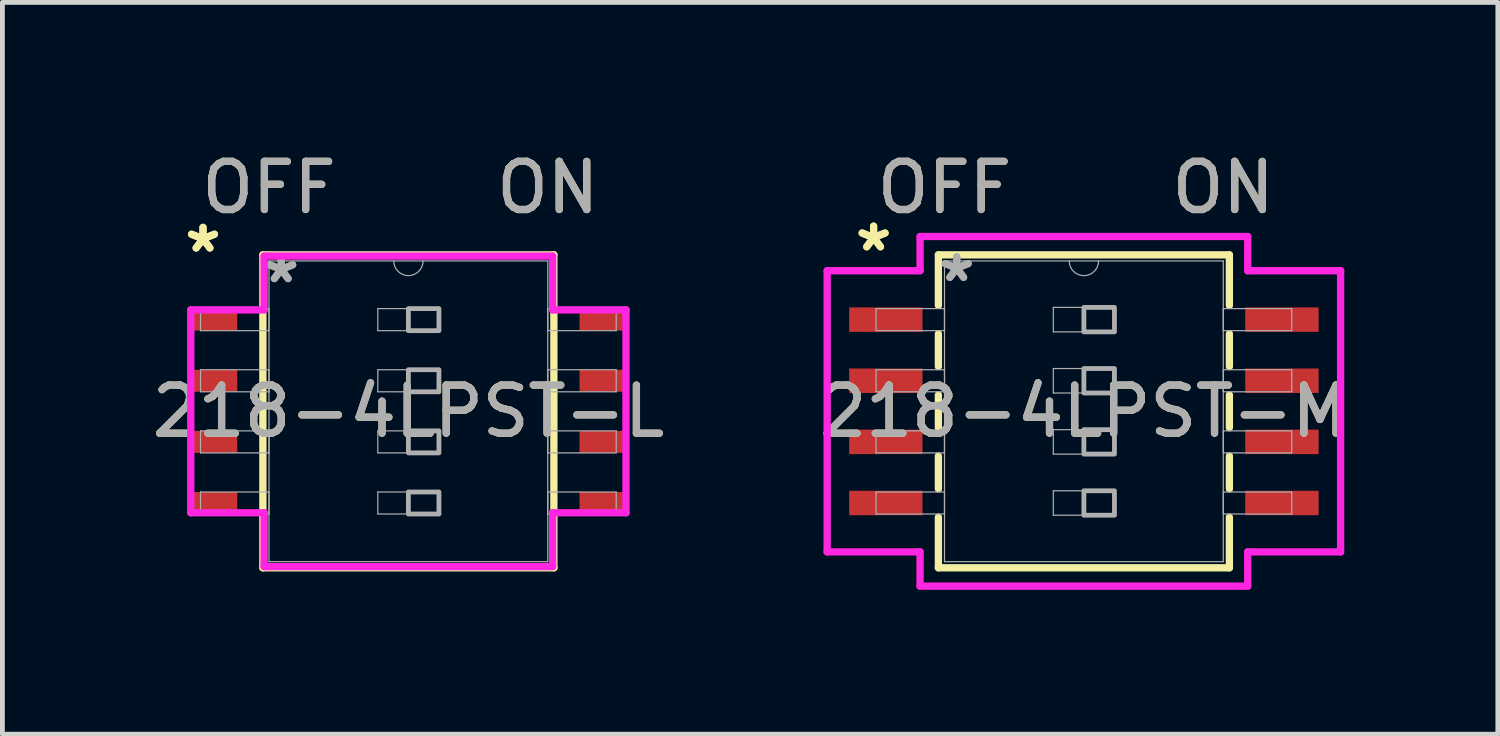
<source format=kicad_pcb>
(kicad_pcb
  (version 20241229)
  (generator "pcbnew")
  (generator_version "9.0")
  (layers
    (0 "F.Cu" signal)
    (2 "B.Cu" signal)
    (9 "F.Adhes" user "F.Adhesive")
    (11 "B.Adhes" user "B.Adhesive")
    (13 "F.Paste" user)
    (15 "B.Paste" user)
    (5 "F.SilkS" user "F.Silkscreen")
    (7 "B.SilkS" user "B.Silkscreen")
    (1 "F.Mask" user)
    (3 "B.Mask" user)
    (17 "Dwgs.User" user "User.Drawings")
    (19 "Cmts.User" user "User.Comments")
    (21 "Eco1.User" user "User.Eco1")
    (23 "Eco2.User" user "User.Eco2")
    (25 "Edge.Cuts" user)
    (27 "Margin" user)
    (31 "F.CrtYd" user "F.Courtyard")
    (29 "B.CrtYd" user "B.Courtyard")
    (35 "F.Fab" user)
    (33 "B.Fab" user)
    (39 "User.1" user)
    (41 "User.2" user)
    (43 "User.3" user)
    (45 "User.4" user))
  (footprint "218-4LPST-M"
    (layer "F.Cu")
    (at 19.47 5.496)
    (property "Reference" "218-4LPST-M" (at 0 0 0) (unlocked yes) (layer "F.SilkS") (effects (font (size 1 1) (thickness 0.15))))
    (attr smd)
    (fp_line (start -3.023 -3.251) (end -3.023 -2.2) (stroke (width 0.152) (type solid)) (layer "F.SilkS"))
    (fp_line (start -3.023 -1.61) (end -3.023 -0.93) (stroke (width 0.152) (type solid)) (layer "F.SilkS"))
    (fp_line (start -3.023 -0.34) (end -3.023 0.34) (stroke (width 0.152) (type solid)) (layer "F.SilkS"))
    (fp_line (start -3.023 0.93) (end -3.023 1.61) (stroke (width 0.152) (type solid)) (layer "F.SilkS"))
    (fp_line (start -3.023 2.2) (end -3.023 3.251) (stroke (width 0.152) (type solid)) (layer "F.SilkS"))
    (fp_line (start -3.023 3.251) (end 3.023 3.251) (stroke (width 0.152) (type solid)) (layer "F.SilkS"))
    (fp_line (start 3.023 -3.251) (end -3.023 -3.251) (stroke (width 0.152) (type solid)) (layer "F.SilkS"))
    (fp_line (start 3.023 -2.2) (end 3.023 -3.251) (stroke (width 0.152) (type solid)) (layer "F.SilkS"))
    (fp_line (start 3.023 -0.93) (end 3.023 -1.61) (stroke (width 0.152) (type solid)) (layer "F.SilkS"))
    (fp_line (start 3.023 0.34) (end 3.023 -0.34) (stroke (width 0.152) (type solid)) (layer "F.SilkS"))
    (fp_line (start 3.023 1.61) (end 3.023 0.93) (stroke (width 0.152) (type solid)) (layer "F.SilkS"))
    (fp_line (start 3.023 3.251) (end 3.023 2.2) (stroke (width 0.152) (type solid)) (layer "F.SilkS"))
    (fp_line (start -5.334 -2.921) (end -3.404 -2.921) (stroke (width 0.152) (type solid)) (layer "F.CrtYd"))
    (fp_line (start -5.334 2.921) (end -5.334 -2.921) (stroke (width 0.152) (type solid)) (layer "F.CrtYd"))
    (fp_line (start -3.404 -3.632) (end 3.404 -3.632) (stroke (width 0.152) (type solid)) (layer "F.CrtYd"))
    (fp_line (start -3.404 -2.921) (end -3.404 -3.632) (stroke (width 0.152) (type solid)) (layer "F.CrtYd"))
    (fp_line (start -3.404 2.921) (end -5.334 2.921) (stroke (width 0.152) (type solid)) (layer "F.CrtYd"))
    (fp_line (start -3.404 3.632) (end -3.404 2.921) (stroke (width 0.152) (type solid)) (layer "F.CrtYd"))
    (fp_line (start 3.404 -3.632) (end 3.404 -2.921) (stroke (width 0.152) (type solid)) (layer "F.CrtYd"))
    (fp_line (start 3.404 -2.921) (end 5.334 -2.921) (stroke (width 0.152) (type solid)) (layer "F.CrtYd"))
    (fp_line (start 3.404 2.921) (end 3.404 3.632) (stroke (width 0.152) (type solid)) (layer "F.CrtYd"))
    (fp_line (start 3.404 3.632) (end -3.404 3.632) (stroke (width 0.152) (type solid)) (layer "F.CrtYd"))
    (fp_line (start 5.334 -2.921) (end 5.334 2.921) (stroke (width 0.152) (type solid)) (layer "F.CrtYd"))
    (fp_line (start 5.334 2.921) (end 3.404 2.921) (stroke (width 0.152) (type solid)) (layer "F.CrtYd"))
    (fp_line (start -4.318 -2.134) (end -4.318 -1.676) (stroke (width 0.025) (type solid)) (layer "F.Fab"))
    (fp_line (start -4.318 -1.676) (end -2.896 -1.676) (stroke (width 0.025) (type solid)) (layer "F.Fab"))
    (fp_line (start -4.318 -0.864) (end -4.318 -0.406) (stroke (width 0.025) (type solid)) (layer "F.Fab"))
    (fp_line (start -4.318 -0.406) (end -2.896 -0.406) (stroke (width 0.025) (type solid)) (layer "F.Fab"))
    (fp_line (start -4.318 0.406) (end -4.318 0.864) (stroke (width 0.025) (type solid)) (layer "F.Fab"))
    (fp_line (start -4.318 0.864) (end -2.896 0.864) (stroke (width 0.025) (type solid)) (layer "F.Fab"))
    (fp_line (start -4.318 1.676) (end -4.318 2.134) (stroke (width 0.025) (type solid)) (layer "F.Fab"))
    (fp_line (start -4.318 2.134) (end -2.896 2.134) (stroke (width 0.025) (type solid)) (layer "F.Fab"))
    (fp_line (start -2.896 -3.124) (end -2.896 3.124) (stroke (width 0.025) (type solid)) (layer "F.Fab"))
    (fp_line (start -2.896 -2.134) (end -4.318 -2.134) (stroke (width 0.025) (type solid)) (layer "F.Fab"))
    (fp_line (start -2.896 -1.676) (end -2.896 -2.134) (stroke (width 0.025) (type solid)) (layer "F.Fab"))
    (fp_line (start -2.896 -0.864) (end -4.318 -0.864) (stroke (width 0.025) (type solid)) (layer "F.Fab"))
    (fp_line (start -2.896 -0.406) (end -2.896 -0.864) (stroke (width 0.025) (type solid)) (layer "F.Fab"))
    (fp_line (start -2.896 0.406) (end -4.318 0.406) (stroke (width 0.025) (type solid)) (layer "F.Fab"))
    (fp_line (start -2.896 0.864) (end -2.896 0.406) (stroke (width 0.025) (type solid)) (layer "F.Fab"))
    (fp_line (start -2.896 1.676) (end -4.318 1.676) (stroke (width 0.025) (type solid)) (layer "F.Fab"))
    (fp_line (start -2.896 2.134) (end -2.896 1.676) (stroke (width 0.025) (type solid)) (layer "F.Fab"))
    (fp_line (start -2.896 3.124) (end 2.896 3.124) (stroke (width 0.025) (type solid)) (layer "F.Fab"))
    (fp_line (start -0.635 -2.159) (end 0.635 -2.159) (stroke (width 0.025) (type solid)) (layer "F.Fab"))
    (fp_line (start -0.635 -1.651) (end -0.635 -2.159) (stroke (width 0.025) (type solid)) (layer "F.Fab"))
    (fp_line (start -0.635 -0.889) (end 0.635 -0.889) (stroke (width 0.025) (type solid)) (layer "F.Fab"))
    (fp_line (start -0.635 -0.381) (end -0.635 -0.889) (stroke (width 0.025) (type solid)) (layer "F.Fab"))
    (fp_line (start -0.635 0.381) (end 0.635 0.381) (stroke (width 0.025) (type solid)) (layer "F.Fab"))
    (fp_line (start -0.635 0.889) (end -0.635 0.381) (stroke (width 0.025) (type solid)) (layer "F.Fab"))
    (fp_line (start -0.635 1.651) (end 0.635 1.651) (stroke (width 0.025) (type solid)) (layer "F.Fab"))
    (fp_line (start -0.635 2.159) (end -0.635 1.651) (stroke (width 0.025) (type solid)) (layer "F.Fab"))
    (fp_line (start 0.635 -2.159) (end 0.635 -1.651) (stroke (width 0.025) (type solid)) (layer "F.Fab"))
    (fp_line (start 0.635 -1.651) (end -0.635 -1.651) (stroke (width 0.025) (type solid)) (layer "F.Fab"))
    (fp_line (start 0.635 -0.889) (end 0.635 -0.381) (stroke (width 0.025) (type solid)) (layer "F.Fab"))
    (fp_line (start 0.635 -0.381) (end -0.635 -0.381) (stroke (width 0.025) (type solid)) (layer "F.Fab"))
    (fp_line (start 0.635 0.381) (end 0.635 0.889) (stroke (width 0.025) (type solid)) (layer "F.Fab"))
    (fp_line (start 0.635 0.889) (end -0.635 0.889) (stroke (width 0.025) (type solid)) (layer "F.Fab"))
    (fp_line (start 0.635 1.651) (end 0.635 2.159) (stroke (width 0.025) (type solid)) (layer "F.Fab"))
    (fp_line (start 0.635 2.159) (end -0.635 2.159) (stroke (width 0.025) (type solid)) (layer "F.Fab"))
    (fp_line (start 2.896 -3.124) (end -2.896 -3.124) (stroke (width 0.025) (type solid)) (layer "F.Fab"))
    (fp_line (start 2.896 -2.134) (end 2.896 -1.676) (stroke (width 0.025) (type solid)) (layer "F.Fab"))
    (fp_line (start 2.896 -1.676) (end 4.318 -1.676) (stroke (width 0.025) (type solid)) (layer "F.Fab"))
    (fp_line (start 2.896 -0.864) (end 2.896 -0.406) (stroke (width 0.025) (type solid)) (layer "F.Fab"))
    (fp_line (start 2.896 -0.406) (end 4.318 -0.406) (stroke (width 0.025) (type solid)) (layer "F.Fab"))
    (fp_line (start 2.896 0.406) (end 2.896 0.864) (stroke (width 0.025) (type solid)) (layer "F.Fab"))
    (fp_line (start 2.896 0.864) (end 4.318 0.864) (stroke (width 0.025) (type solid)) (layer "F.Fab"))
    (fp_line (start 2.896 1.676) (end 2.896 2.134) (stroke (width 0.025) (type solid)) (layer "F.Fab"))
    (fp_line (start 2.896 2.134) (end 4.318 2.134) (stroke (width 0.025) (type solid)) (layer "F.Fab"))
    (fp_line (start 2.896 3.124) (end 2.896 -3.124) (stroke (width 0.025) (type solid)) (layer "F.Fab"))
    (fp_line (start 4.318 -2.134) (end 2.896 -2.134) (stroke (width 0.025) (type solid)) (layer "F.Fab"))
    (fp_line (start 4.318 -1.676) (end 4.318 -2.134) (stroke (width 0.025) (type solid)) (layer "F.Fab"))
    (fp_line (start 4.318 -0.864) (end 2.896 -0.864) (stroke (width 0.025) (type solid)) (layer "F.Fab"))
    (fp_line (start 4.318 -0.406) (end 4.318 -0.864) (stroke (width 0.025) (type solid)) (layer "F.Fab"))
    (fp_line (start 4.318 0.406) (end 2.896 0.406) (stroke (width 0.025) (type solid)) (layer "F.Fab"))
    (fp_line (start 4.318 0.864) (end 4.318 0.406) (stroke (width 0.025) (type solid)) (layer "F.Fab"))
    (fp_line (start 4.318 1.676) (end 2.896 1.676) (stroke (width 0.025) (type solid)) (layer "F.Fab"))
    (fp_line (start 4.318 2.134) (end 4.318 1.676) (stroke (width 0.025) (type solid)) (layer "F.Fab"))
    (fp_arc (start 0.3048 -3.1242) (mid 0 -2.8194) (end -0.3048 -3.1242) (stroke (width 0.0254) (type solid)) (layer "F.Fab"))
    (fp_poly (pts (xy 0 -2.159) (xy 0.635 -2.159) (xy 0.635 -1.651) (xy 0 -1.651)) (stroke (width 0.1) (type solid)) (fill no) (layer "F.Fab"))
    (fp_poly (pts (xy 0 -0.889) (xy 0.635 -0.889) (xy 0.635 -0.381) (xy 0 -0.381)) (stroke (width 0.1) (type solid)) (fill no) (layer "F.Fab"))
    (fp_poly (pts (xy 0 0.381) (xy 0.635 0.381) (xy 0.635 0.889) (xy 0 0.889)) (stroke (width 0.1) (type solid)) (fill no) (layer "F.Fab"))
    (fp_poly (pts (xy 0 1.651) (xy 0.635 1.651) (xy 0.635 2.159) (xy 0 2.159)) (stroke (width 0.1) (type solid)) (fill no) (layer "F.Fab"))
    (fp_text user "*" (at -4.369 -3.302 0) (unlocked yes) (layer "F.SilkS") (effects (font (size 1 1) (thickness 0.15))))
    (fp_text user "OFF" (at -2.896 -4.648 0) (unlocked yes) (layer "F.SilkS") (effects (font (size 1 1) (thickness 0.15))))
    (fp_text user "*" (at -4.369 -3.302 0) (layer "F.SilkS") (effects (font (size 1 1) (thickness 0.15))))
    (fp_text user "ON" (at 2.896 -4.648 0) (unlocked yes) (layer "F.SilkS") (effects (font (size 1 1) (thickness 0.15))))
    (fp_text user "${REFERENCE}" (at 0 0 0) (unlocked yes) (layer "F.Fab") (effects (font (size 1 1) (thickness 0.15))))
    (fp_text user "*" (at -2.642 -2.667 0) (layer "F.Fab") (effects (font (size 1 1) (thickness 0.15))))
    (fp_text user "*" (at -2.642 -2.667 0) (unlocked yes) (layer "F.Fab") (effects (font (size 1 1) (thickness 0.15))))
    (fp_text user "ON" (at 2.896 -4.648 0) (unlocked yes) (layer "F.Fab") (effects (font (size 1 1) (thickness 0.15))))
    (fp_text user "OFF" (at -2.896 -4.648 0) (unlocked yes) (layer "F.Fab") (effects (font (size 1 1) (thickness 0.15))))
    (pad "1" smd rect (at -4.115 -1.905) (size 1.524 0.508) (layers "F.Cu" "F.Mask" "F.Paste"))
    (pad "2" smd rect (at -4.115 -0.635) (size 1.524 0.508) (layers "F.Cu" "F.Mask" "F.Paste"))
    (pad "3" smd rect (at -4.115 0.635) (size 1.524 0.508) (layers "F.Cu" "F.Mask" "F.Paste"))
    (pad "4" smd rect (at -4.115 1.905) (size 1.524 0.508) (layers "F.Cu" "F.Mask" "F.Paste"))
    (pad "5" smd rect (at 4.115 1.905) (size 1.524 0.508) (layers "F.Cu" "F.Mask" "F.Paste"))
    (pad "6" smd rect (at 4.115 0.635) (size 1.524 0.508) (layers "F.Cu" "F.Mask" "F.Paste"))
    (pad "7" smd rect (at 4.115 -0.635) (size 1.524 0.508) (layers "F.Cu" "F.Mask" "F.Paste"))
    (pad "8" smd rect (at 4.115 -1.905) (size 1.524 0.508) (layers "F.Cu" "F.Mask" "F.Paste")))
  (footprint "218-4LPST-L"
    (layer "F.Cu")
    (at 5.435 5.496)
    (property "Reference" "218-4LPST-L" (at 0 0 0) (unlocked yes) (layer "F.SilkS") (effects (font (size 1 1) (thickness 0.15))))
    (attr smd)
    (fp_line (start -3.023 -3.251) (end -3.023 3.251) (stroke (width 0.152) (type solid)) (layer "F.SilkS"))
    (fp_line (start -3.023 3.251) (end 3.023 3.251) (stroke (width 0.152) (type solid)) (layer "F.SilkS"))
    (fp_line (start 3.023 -3.251) (end -3.023 -3.251) (stroke (width 0.152) (type solid)) (layer "F.SilkS"))
    (fp_line (start 3.023 3.251) (end 3.023 -3.251) (stroke (width 0.152) (type solid)) (layer "F.SilkS"))
    (fp_line (start -4.521 -2.108) (end -2.997 -2.108) (stroke (width 0.152) (type solid)) (layer "F.CrtYd"))
    (fp_line (start -4.521 2.108) (end -4.521 -2.108) (stroke (width 0.152) (type solid)) (layer "F.CrtYd"))
    (fp_line (start -2.997 -3.226) (end 2.997 -3.226) (stroke (width 0.152) (type solid)) (layer "F.CrtYd"))
    (fp_line (start -2.997 -2.108) (end -2.997 -3.226) (stroke (width 0.152) (type solid)) (layer "F.CrtYd"))
    (fp_line (start -2.997 2.108) (end -4.521 2.108) (stroke (width 0.152) (type solid)) (layer "F.CrtYd"))
    (fp_line (start -2.997 3.226) (end -2.997 2.108) (stroke (width 0.152) (type solid)) (layer "F.CrtYd"))
    (fp_line (start 2.997 -3.226) (end 2.997 -2.108) (stroke (width 0.152) (type solid)) (layer "F.CrtYd"))
    (fp_line (start 2.997 -2.108) (end 4.521 -2.108) (stroke (width 0.152) (type solid)) (layer "F.CrtYd"))
    (fp_line (start 2.997 2.108) (end 2.997 3.226) (stroke (width 0.152) (type solid)) (layer "F.CrtYd"))
    (fp_line (start 2.997 3.226) (end -2.997 3.226) (stroke (width 0.152) (type solid)) (layer "F.CrtYd"))
    (fp_line (start 4.521 -2.108) (end 4.521 2.108) (stroke (width 0.152) (type solid)) (layer "F.CrtYd"))
    (fp_line (start 4.521 2.108) (end 2.997 2.108) (stroke (width 0.152) (type solid)) (layer "F.CrtYd"))
    (fp_line (start -4.318 -2.134) (end -4.318 -1.676) (stroke (width 0.025) (type solid)) (layer "F.Fab"))
    (fp_line (start -4.318 -1.676) (end -2.896 -1.676) (stroke (width 0.025) (type solid)) (layer "F.Fab"))
    (fp_line (start -4.318 -0.864) (end -4.318 -0.406) (stroke (width 0.025) (type solid)) (layer "F.Fab"))
    (fp_line (start -4.318 -0.406) (end -2.896 -0.406) (stroke (width 0.025) (type solid)) (layer "F.Fab"))
    (fp_line (start -4.318 0.406) (end -4.318 0.864) (stroke (width 0.025) (type solid)) (layer "F.Fab"))
    (fp_line (start -4.318 0.864) (end -2.896 0.864) (stroke (width 0.025) (type solid)) (layer "F.Fab"))
    (fp_line (start -4.318 1.676) (end -4.318 2.134) (stroke (width 0.025) (type solid)) (layer "F.Fab"))
    (fp_line (start -4.318 2.134) (end -2.896 2.134) (stroke (width 0.025) (type solid)) (layer "F.Fab"))
    (fp_line (start -2.896 -3.124) (end -2.896 3.124) (stroke (width 0.025) (type solid)) (layer "F.Fab"))
    (fp_line (start -2.896 -2.134) (end -4.318 -2.134) (stroke (width 0.025) (type solid)) (layer "F.Fab"))
    (fp_line (start -2.896 -1.676) (end -2.896 -2.134) (stroke (width 0.025) (type solid)) (layer "F.Fab"))
    (fp_line (start -2.896 -0.864) (end -4.318 -0.864) (stroke (width 0.025) (type solid)) (layer "F.Fab"))
    (fp_line (start -2.896 -0.406) (end -2.896 -0.864) (stroke (width 0.025) (type solid)) (layer "F.Fab"))
    (fp_line (start -2.896 0.406) (end -4.318 0.406) (stroke (width 0.025) (type solid)) (layer "F.Fab"))
    (fp_line (start -2.896 0.864) (end -2.896 0.406) (stroke (width 0.025) (type solid)) (layer "F.Fab"))
    (fp_line (start -2.896 1.676) (end -4.318 1.676) (stroke (width 0.025) (type solid)) (layer "F.Fab"))
    (fp_line (start -2.896 2.134) (end -2.896 1.676) (stroke (width 0.025) (type solid)) (layer "F.Fab"))
    (fp_line (start -2.896 3.124) (end 2.896 3.124) (stroke (width 0.025) (type solid)) (layer "F.Fab"))
    (fp_line (start -0.635 -2.134) (end 0.635 -2.134) (stroke (width 0.025) (type solid)) (layer "F.Fab"))
    (fp_line (start -0.635 -1.676) (end -0.635 -2.134) (stroke (width 0.025) (type solid)) (layer "F.Fab"))
    (fp_line (start -0.635 -0.864) (end 0.635 -0.864) (stroke (width 0.025) (type solid)) (layer "F.Fab"))
    (fp_line (start -0.635 -0.406) (end -0.635 -0.864) (stroke (width 0.025) (type solid)) (layer "F.Fab"))
    (fp_line (start -0.635 0.406) (end 0.635 0.406) (stroke (width 0.025) (type solid)) (layer "F.Fab"))
    (fp_line (start -0.635 0.864) (end -0.635 0.406) (stroke (width 0.025) (type solid)) (layer "F.Fab"))
    (fp_line (start -0.635 1.676) (end 0.635 1.676) (stroke (width 0.025) (type solid)) (layer "F.Fab"))
    (fp_line (start -0.635 2.134) (end -0.635 1.676) (stroke (width 0.025) (type solid)) (layer "F.Fab"))
    (fp_line (start 0.635 -2.134) (end 0.635 -1.676) (stroke (width 0.025) (type solid)) (layer "F.Fab"))
    (fp_line (start 0.635 -1.676) (end -0.635 -1.676) (stroke (width 0.025) (type solid)) (layer "F.Fab"))
    (fp_line (start 0.635 -0.864) (end 0.635 -0.406) (stroke (width 0.025) (type solid)) (layer "F.Fab"))
    (fp_line (start 0.635 -0.406) (end -0.635 -0.406) (stroke (width 0.025) (type solid)) (layer "F.Fab"))
    (fp_line (start 0.635 0.406) (end 0.635 0.864) (stroke (width 0.025) (type solid)) (layer "F.Fab"))
    (fp_line (start 0.635 0.864) (end -0.635 0.864) (stroke (width 0.025) (type solid)) (layer "F.Fab"))
    (fp_line (start 0.635 1.676) (end 0.635 2.134) (stroke (width 0.025) (type solid)) (layer "F.Fab"))
    (fp_line (start 0.635 2.134) (end -0.635 2.134) (stroke (width 0.025) (type solid)) (layer "F.Fab"))
    (fp_line (start 2.896 -3.124) (end -2.896 -3.124) (stroke (width 0.025) (type solid)) (layer "F.Fab"))
    (fp_line (start 2.896 -2.134) (end 2.896 -1.676) (stroke (width 0.025) (type solid)) (layer "F.Fab"))
    (fp_line (start 2.896 -1.676) (end 4.318 -1.676) (stroke (width 0.025) (type solid)) (layer "F.Fab"))
    (fp_line (start 2.896 -0.864) (end 2.896 -0.406) (stroke (width 0.025) (type solid)) (layer "F.Fab"))
    (fp_line (start 2.896 -0.406) (end 4.318 -0.406) (stroke (width 0.025) (type solid)) (layer "F.Fab"))
    (fp_line (start 2.896 0.406) (end 2.896 0.864) (stroke (width 0.025) (type solid)) (layer "F.Fab"))
    (fp_line (start 2.896 0.864) (end 4.318 0.864) (stroke (width 0.025) (type solid)) (layer "F.Fab"))
    (fp_line (start 2.896 1.676) (end 2.896 2.134) (stroke (width 0.025) (type solid)) (layer "F.Fab"))
    (fp_line (start 2.896 2.134) (end 4.318 2.134) (stroke (width 0.025) (type solid)) (layer "F.Fab"))
    (fp_line (start 2.896 3.124) (end 2.896 -3.124) (stroke (width 0.025) (type solid)) (layer "F.Fab"))
    (fp_line (start 4.318 -2.134) (end 2.896 -2.134) (stroke (width 0.025) (type solid)) (layer "F.Fab"))
    (fp_line (start 4.318 -1.676) (end 4.318 -2.134) (stroke (width 0.025) (type solid)) (layer "F.Fab"))
    (fp_line (start 4.318 -0.864) (end 2.896 -0.864) (stroke (width 0.025) (type solid)) (layer "F.Fab"))
    (fp_line (start 4.318 -0.406) (end 4.318 -0.864) (stroke (width 0.025) (type solid)) (layer "F.Fab"))
    (fp_line (start 4.318 0.406) (end 2.896 0.406) (stroke (width 0.025) (type solid)) (layer "F.Fab"))
    (fp_line (start 4.318 0.864) (end 4.318 0.406) (stroke (width 0.025) (type solid)) (layer "F.Fab"))
    (fp_line (start 4.318 1.676) (end 2.896 1.676) (stroke (width 0.025) (type solid)) (layer "F.Fab"))
    (fp_line (start 4.318 2.134) (end 4.318 1.676) (stroke (width 0.025) (type solid)) (layer "F.Fab"))
    (fp_arc (start 0.3048 -3.1242) (mid 0 -2.8194) (end -0.3048 -3.1242) (stroke (width 0.0254) (type solid)) (layer "F.Fab"))
    (fp_poly (pts (xy 0 -2.134) (xy 0.635 -2.134) (xy 0.635 -1.676) (xy 0 -1.676)) (stroke (width 0.1) (type solid)) (fill no) (layer "F.Fab"))
    (fp_poly (pts (xy 0 -0.864) (xy 0.635 -0.864) (xy 0.635 -0.406) (xy 0 -0.406)) (stroke (width 0.1) (type solid)) (fill no) (layer "F.Fab"))
    (fp_poly (pts (xy 0 0.406) (xy 0.635 0.406) (xy 0.635 0.864) (xy 0 0.864)) (stroke (width 0.1) (type solid)) (fill no) (layer "F.Fab"))
    (fp_poly (pts (xy 0 1.676) (xy 0.635 1.676) (xy 0.635 2.134) (xy 0 2.134)) (stroke (width 0.1) (type solid)) (fill no) (layer "F.Fab"))
    (fp_text user "*" (at -4.267 -3.277 0) (unlocked yes) (layer "F.SilkS") (effects (font (size 1 1) (thickness 0.15))))
    (fp_text user "*" (at -4.267 -3.277 0) (layer "F.SilkS") (effects (font (size 1 1) (thickness 0.15))))
    (fp_text user "ON" (at 2.896 -4.648 0) (unlocked yes) (layer "F.SilkS") (effects (font (size 1 1) (thickness 0.15))))
    (fp_text user "OFF" (at -2.896 -4.648 0) (unlocked yes) (layer "F.SilkS") (effects (font (size 1 1) (thickness 0.15))))
    (fp_text user "*" (at -2.642 -2.642 0) (layer "F.Fab") (effects (font (size 1 1) (thickness 0.15))))
    (fp_text user "OFF" (at -2.896 -4.648 0) (unlocked yes) (layer "F.Fab") (effects (font (size 1 1) (thickness 0.15))))
    (fp_text user "${REFERENCE}" (at 0 0 0) (unlocked yes) (layer "F.Fab") (effects (font (size 1 1) (thickness 0.15))))
    (fp_text user "*" (at -2.642 -2.642 0) (unlocked yes) (layer "F.Fab") (effects (font (size 1 1) (thickness 0.15))))
    (fp_text user "ON" (at 2.896 -4.648 0) (unlocked yes) (layer "F.Fab") (effects (font (size 1 1) (thickness 0.15))))
    (pad "1" smd rect (at -4.013 -1.905) (size 0.914 0.457) (layers "F.Cu" "F.Mask" "F.Paste"))
    (pad "2" smd rect (at -4.013 -0.635) (size 0.914 0.457) (layers "F.Cu" "F.Mask" "F.Paste"))
    (pad "3" smd rect (at -4.013 0.635) (size 0.914 0.457) (layers "F.Cu" "F.Mask" "F.Paste"))
    (pad "4" smd rect (at -4.013 1.905) (size 0.914 0.457) (layers "F.Cu" "F.Mask" "F.Paste"))
    (pad "5" smd rect (at 4.013 1.905) (size 0.914 0.457) (layers "F.Cu" "F.Mask" "F.Paste"))
    (pad "6" smd rect (at 4.013 0.635) (size 0.914 0.457) (layers "F.Cu" "F.Mask" "F.Paste"))
    (pad "7" smd rect (at 4.013 -0.635) (size 0.914 0.457) (layers "F.Cu" "F.Mask" "F.Paste"))
    (pad "8" smd rect (at 4.013 -1.905) (size 0.914 0.457) (layers "F.Cu" "F.Mask" "F.Paste")))
  (gr_rect
    (start -3 -3)
    (end 28.071 12.205)
    (stroke (width 0.1) (type default))
    (fill no)
    (layer "Edge.Cuts")))
</source>
